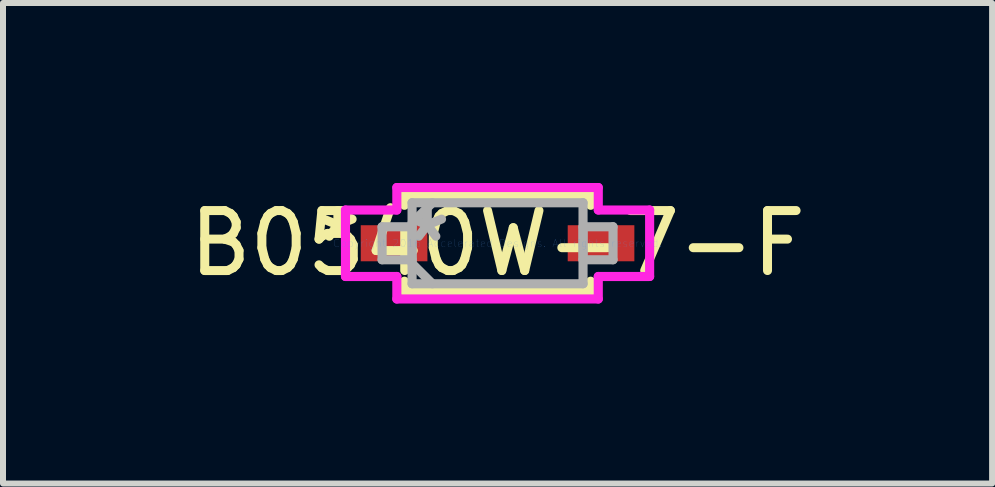
<source format=kicad_pcb>
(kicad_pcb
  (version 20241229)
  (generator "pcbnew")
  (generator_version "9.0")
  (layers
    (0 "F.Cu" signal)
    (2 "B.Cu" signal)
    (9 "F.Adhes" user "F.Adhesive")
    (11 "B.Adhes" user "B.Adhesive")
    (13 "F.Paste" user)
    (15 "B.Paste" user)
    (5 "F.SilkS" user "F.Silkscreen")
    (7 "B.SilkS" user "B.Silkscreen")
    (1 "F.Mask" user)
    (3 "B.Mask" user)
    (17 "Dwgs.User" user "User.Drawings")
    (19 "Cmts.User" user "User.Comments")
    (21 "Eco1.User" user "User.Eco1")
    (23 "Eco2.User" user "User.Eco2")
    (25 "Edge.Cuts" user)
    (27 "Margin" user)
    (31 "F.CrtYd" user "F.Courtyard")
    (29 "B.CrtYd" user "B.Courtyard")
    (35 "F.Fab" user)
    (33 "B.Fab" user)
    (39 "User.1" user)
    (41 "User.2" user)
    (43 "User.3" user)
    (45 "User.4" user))
  (footprint "B0540W-7-F"
    (layer "F.Cu")
    (at 5.244 1.005)
    (property "Reference" "B0540W-7-F" (at 0 0 0) (layer "F.SilkS") (effects (font (size 1 1) (thickness 0.15))))
    (attr through_hole)
    (fp_line (start -1.552 -0.802) (end -1.552 -0.633) (stroke (width 0.152) (type solid)) (layer "F.SilkS"))
    (fp_line (start -1.552 0.633) (end -1.552 0.802) (stroke (width 0.152) (type solid)) (layer "F.SilkS"))
    (fp_line (start -1.552 0.802) (end 1.552 0.802) (stroke (width 0.152) (type solid)) (layer "F.SilkS"))
    (fp_line (start 1.552 -0.802) (end -1.552 -0.802) (stroke (width 0.152) (type solid)) (layer "F.SilkS"))
    (fp_line (start 1.552 -0.633) (end 1.552 -0.802) (stroke (width 0.152) (type solid)) (layer "F.SilkS"))
    (fp_line (start 1.552 0.802) (end 1.552 0.633) (stroke (width 0.152) (type solid)) (layer "F.SilkS"))
    (fp_line (start -2.535 -0.554) (end -1.679 -0.554) (stroke (width 0.152) (type solid)) (layer "F.CrtYd"))
    (fp_line (start -2.535 0.554) (end -2.535 -0.554) (stroke (width 0.152) (type solid)) (layer "F.CrtYd"))
    (fp_line (start -1.679 -0.929) (end 1.679 -0.929) (stroke (width 0.152) (type solid)) (layer "F.CrtYd"))
    (fp_line (start -1.679 -0.554) (end -1.679 -0.929) (stroke (width 0.152) (type solid)) (layer "F.CrtYd"))
    (fp_line (start -1.679 0.554) (end -2.535 0.554) (stroke (width 0.152) (type solid)) (layer "F.CrtYd"))
    (fp_line (start -1.679 0.929) (end -1.679 0.554) (stroke (width 0.152) (type solid)) (layer "F.CrtYd"))
    (fp_line (start 1.679 -0.929) (end 1.679 -0.554) (stroke (width 0.152) (type solid)) (layer "F.CrtYd"))
    (fp_line (start 1.679 -0.554) (end 2.535 -0.554) (stroke (width 0.152) (type solid)) (layer "F.CrtYd"))
    (fp_line (start 1.679 0.554) (end 1.679 0.929) (stroke (width 0.152) (type solid)) (layer "F.CrtYd"))
    (fp_line (start 1.679 0.929) (end -1.679 0.929) (stroke (width 0.152) (type solid)) (layer "F.CrtYd"))
    (fp_line (start 2.535 -0.554) (end 2.535 0.554) (stroke (width 0.152) (type solid)) (layer "F.CrtYd"))
    (fp_line (start 2.535 0.554) (end 1.679 0.554) (stroke (width 0.152) (type solid)) (layer "F.CrtYd"))
    (fp_line (start -1.925 -0.275) (end -1.925 0.275) (stroke (width 0.152) (type solid)) (layer "F.Fab"))
    (fp_line (start -1.925 0.275) (end -1.425 0.275) (stroke (width 0.152) (type solid)) (layer "F.Fab"))
    (fp_line (start -1.425 -0.675) (end -1.425 0.675) (stroke (width 0.152) (type solid)) (layer "F.Fab"))
    (fp_line (start -1.425 -0.338) (end -1.087 -0.675) (stroke (width 0.152) (type solid)) (layer "F.Fab"))
    (fp_line (start -1.425 -0.275) (end -1.925 -0.275) (stroke (width 0.152) (type solid)) (layer "F.Fab"))
    (fp_line (start -1.425 0.275) (end -1.425 -0.275) (stroke (width 0.152) (type solid)) (layer "F.Fab"))
    (fp_line (start -1.425 0.338) (end -1.087 0.675) (stroke (width 0.152) (type solid)) (layer "F.Fab"))
    (fp_line (start -1.425 0.675) (end 1.425 0.675) (stroke (width 0.152) (type solid)) (layer "F.Fab"))
    (fp_line (start 1.425 -0.675) (end -1.425 -0.675) (stroke (width 0.152) (type solid)) (layer "F.Fab"))
    (fp_line (start 1.425 -0.275) (end 1.425 0.275) (stroke (width 0.152) (type solid)) (layer "F.Fab"))
    (fp_line (start 1.425 0.275) (end 1.925 0.275) (stroke (width 0.152) (type solid)) (layer "F.Fab"))
    (fp_line (start 1.425 0.675) (end 1.425 -0.675) (stroke (width 0.152) (type solid)) (layer "F.Fab"))
    (fp_line (start 1.925 -0.275) (end 1.425 -0.275) (stroke (width 0.152) (type solid)) (layer "F.Fab"))
    (fp_line (start 1.925 0.275) (end 1.925 -0.275) (stroke (width 0.152) (type solid)) (layer "F.Fab"))
    (fp_text user "*" (at -2.662 0 0) (layer "F.SilkS") (effects (font (size 1 1) (thickness 0.15))))
    (fp_text user "Copyright 2016 Accelerated Designs. All rights reserved." (at 0 0 0) (layer "Cmts.User") (effects (font (size 0.127 0.127) (thickness 0.002))))
    (fp_text user "*" (at -1.171 0 0) (layer "F.Fab") (effects (font (size 1 1) (thickness 0.15))))
    (pad "1" smd rect (at -1.725 0) (size 1.111 0.601) (layers "F.Cu" "F.Mask" "F.Paste"))
    (pad "2" smd rect (at 1.725 0) (size 1.111 0.601) (layers "F.Cu" "F.Mask" "F.Paste")))
  (gr_rect
    (start -3 -3)
    (end 13.488 5.01)
    (stroke (width 0.1) (type default))
    (fill no)
    (layer "Edge.Cuts")))
</source>
